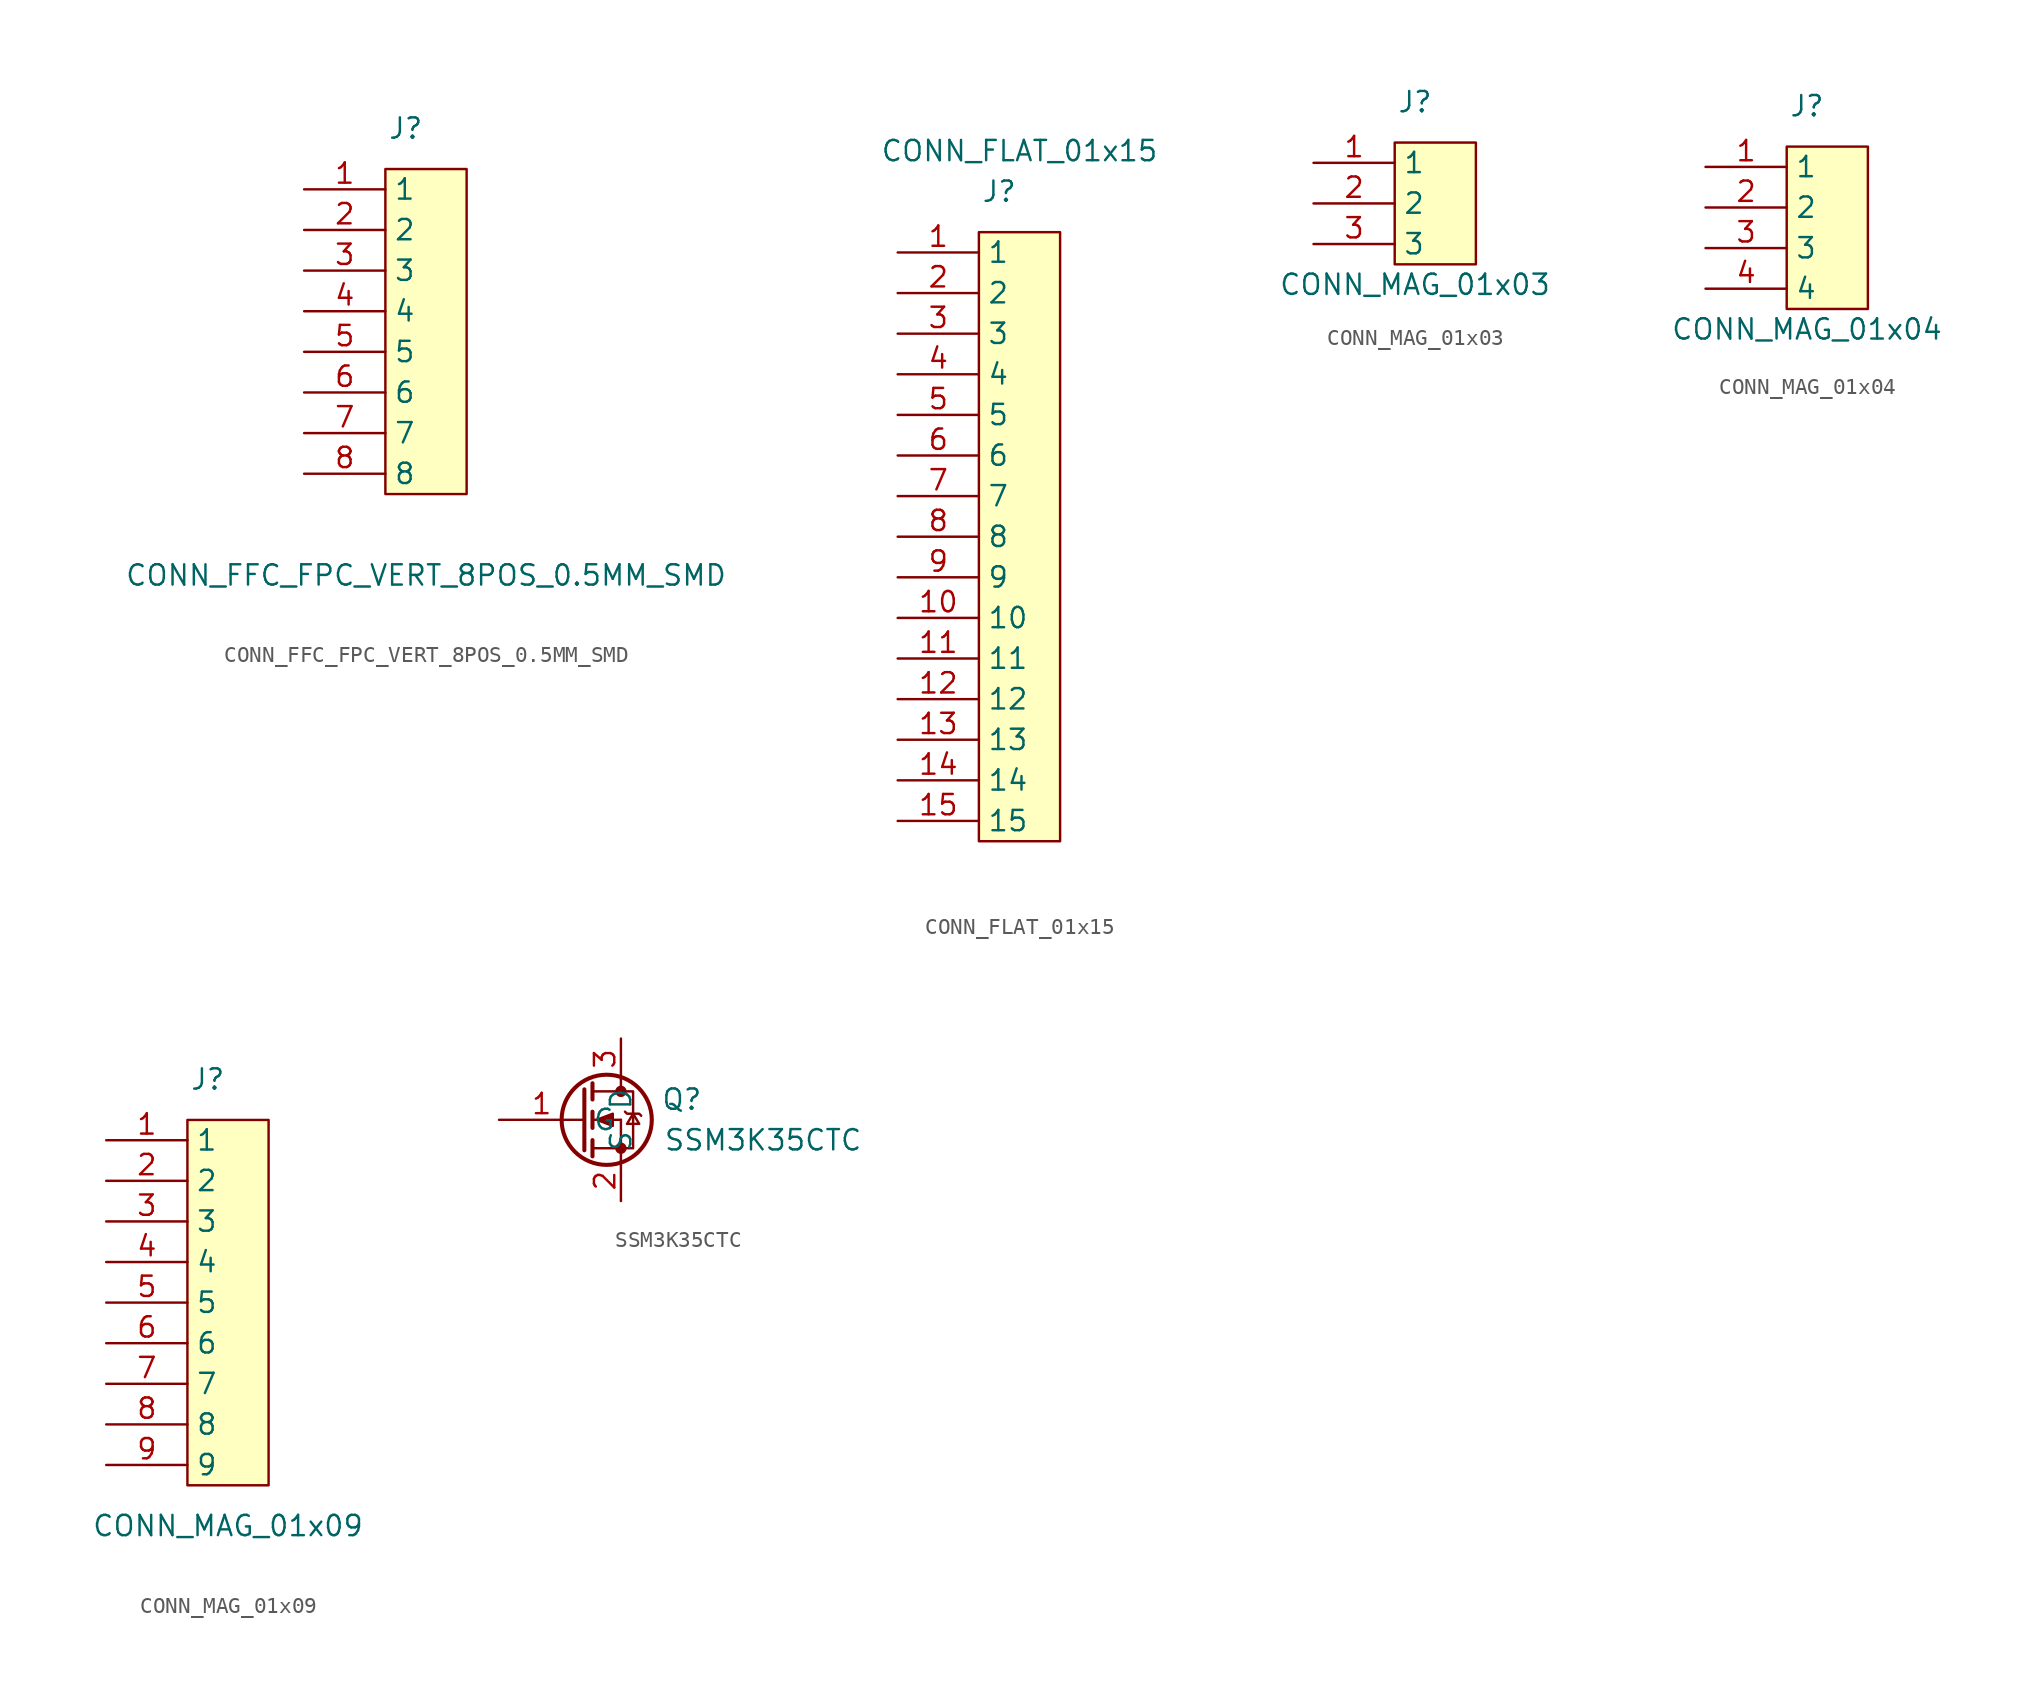
<source format=kicad_sym>
(kicad_symbol_lib
  (version 20211014)
  (generator kicad_symbol_editor)
  (symbol "CONN_FFC_FPC_VERT_8POS_0.5MM_SMD"
    (property "Reference" "J"
      (at -1.27 7.62 0)
      (effects (font (size 1.27 1.27))))
    (property "Value" "CONN_FFC_FPC_VERT_8POS_0.5MM_SMD"
      (at 0 -20.32 0)
      (effects (font (size 1.27 1.27))))
    (symbol "CONN_FFC_FPC_VERT_8POS_0.5MM_SMD_0_1"
      (rectangle (start -2.54 5.08) (end 2.54 -15.24) (stroke (width 0) (type default) (color 0 0 0 0)) (fill (type background))))
    (symbol "CONN_FFC_FPC_VERT_8POS_0.5MM_SMD_1_1"
      (pin passive line (at -7.62 3.81 0) (length 5.08) (name "1" (effects (font (size 1.27 1.27)))) (number "1" (effects (font (size 1.27 1.27)))))
      (pin passive line (at -7.62 1.27 0) (length 5.08) (name "2" (effects (font (size 1.27 1.27)))) (number "2" (effects (font (size 1.27 1.27)))))
      (pin passive line (at -7.62 -1.27 0) (length 5.08) (name "3" (effects (font (size 1.27 1.27)))) (number "3" (effects (font (size 1.27 1.27)))))
      (pin passive line (at -7.62 -3.81 0) (length 5.08) (name "4" (effects (font (size 1.27 1.27)))) (number "4" (effects (font (size 1.27 1.27)))))
      (pin passive line (at -7.62 -6.35 0) (length 5.08) (name "5" (effects (font (size 1.27 1.27)))) (number "5" (effects (font (size 1.27 1.27)))))
      (pin passive line (at -7.62 -8.89 0) (length 5.08) (name "6" (effects (font (size 1.27 1.27)))) (number "6" (effects (font (size 1.27 1.27)))))
      (pin passive line (at -7.62 -11.43 0) (length 5.08) (name "7" (effects (font (size 1.27 1.27)))) (number "7" (effects (font (size 1.27 1.27)))))
      (pin passive line (at -7.62 -13.97 0) (length 5.08) (name "8" (effects (font (size 1.27 1.27)))) (number "8" (effects (font (size 1.27 1.27)))))))
  (symbol "CONN_FLAT_01x15"
    (property "Reference" "J"
      (at -1.27 7.62 0)
      (effects (font (size 1.27 1.27))))
    (property "Value" "CONN_FLAT_01x15"
      (at 0 10.16 0)
      (effects (font (size 1.27 1.27))))
    (symbol "CONN_FLAT_01x15_0_1"
      (rectangle (start -2.54 5.08) (end 2.54 -33.02) (stroke (width 0) (type default) (color 0 0 0 0)) (fill (type background))))
    (symbol "CONN_FLAT_01x15_1_1"
      (pin passive line (at -7.62 3.81 0) (length 5.08) (name "1" (effects (font (size 1.27 1.27)))) (number "1" (effects (font (size 1.27 1.27)))))
      (pin passive line (at -7.62 -19.05 0) (length 5.08) (name "10" (effects (font (size 1.27 1.27)))) (number "10" (effects (font (size 1.27 1.27)))))
      (pin passive line (at -7.62 -21.59 0) (length 5.08) (name "11" (effects (font (size 1.27 1.27)))) (number "11" (effects (font (size 1.27 1.27)))))
      (pin passive line (at -7.62 -24.13 0) (length 5.08) (name "12" (effects (font (size 1.27 1.27)))) (number "12" (effects (font (size 1.27 1.27)))))
      (pin passive line (at -7.62 -26.67 0) (length 5.08) (name "13" (effects (font (size 1.27 1.27)))) (number "13" (effects (font (size 1.27 1.27)))))
      (pin passive line (at -7.62 -29.21 0) (length 5.08) (name "14" (effects (font (size 1.27 1.27)))) (number "14" (effects (font (size 1.27 1.27)))))
      (pin passive line (at -7.62 -31.75 0) (length 5.08) (name "15" (effects (font (size 1.27 1.27)))) (number "15" (effects (font (size 1.27 1.27)))))
      (pin passive line (at -7.62 1.27 0) (length 5.08) (name "2" (effects (font (size 1.27 1.27)))) (number "2" (effects (font (size 1.27 1.27)))))
      (pin passive line (at -7.62 -1.27 0) (length 5.08) (name "3" (effects (font (size 1.27 1.27)))) (number "3" (effects (font (size 1.27 1.27)))))
      (pin passive line (at -7.62 -3.81 0) (length 5.08) (name "4" (effects (font (size 1.27 1.27)))) (number "4" (effects (font (size 1.27 1.27)))))
      (pin passive line (at -7.62 -6.35 0) (length 5.08) (name "5" (effects (font (size 1.27 1.27)))) (number "5" (effects (font (size 1.27 1.27)))))
      (pin passive line (at -7.62 -8.89 0) (length 5.08) (name "6" (effects (font (size 1.27 1.27)))) (number "6" (effects (font (size 1.27 1.27)))))
      (pin passive line (at -7.62 -11.43 0) (length 5.08) (name "7" (effects (font (size 1.27 1.27)))) (number "7" (effects (font (size 1.27 1.27)))))
      (pin passive line (at -7.62 -13.97 0) (length 5.08) (name "8" (effects (font (size 1.27 1.27)))) (number "8" (effects (font (size 1.27 1.27)))))
      (pin passive line (at -7.62 -16.51 0) (length 5.08) (name "9" (effects (font (size 1.27 1.27)))) (number "9" (effects (font (size 1.27 1.27)))))))
  (symbol "CONN_MAG_01x03"
    (property "Reference" "J"
      (at -1.27 7.62 0)
      (effects (font (size 1.27 1.27))))
    (property "Value" "CONN_MAG_01x03"
      (at -1.27 -3.81 0)
      (effects (font (size 1.27 1.27))))
    (symbol "CONN_MAG_01x03_0_1"
      (rectangle (start -2.54 5.08) (end 2.54 -2.54) (stroke (width 0) (type default) (color 0 0 0 0)) (fill (type background))))
    (symbol "CONN_MAG_01x03_1_1"
      (pin passive line (at -7.62 3.81 0) (length 5.08) (name "1" (effects (font (size 1.27 1.27)))) (number "1" (effects (font (size 1.27 1.27)))))
      (pin passive line (at -7.62 1.27 0) (length 5.08) (name "2" (effects (font (size 1.27 1.27)))) (number "2" (effects (font (size 1.27 1.27)))))
      (pin passive line (at -7.62 -1.27 0) (length 5.08) (name "3" (effects (font (size 1.27 1.27)))) (number "3" (effects (font (size 1.27 1.27)))))))
  (symbol "CONN_MAG_01x04"
    (property "Reference" "J"
      (at -1.27 7.62 0)
      (effects (font (size 1.27 1.27))))
    (property "Value" "CONN_MAG_01x04"
      (at -1.27 -6.35 0)
      (effects (font (size 1.27 1.27))))
    (symbol "CONN_MAG_01x04_0_1"
      (rectangle (start -2.54 5.08) (end 2.54 -5.08) (stroke (width 0) (type default) (color 0 0 0 0)) (fill (type background))))
    (symbol "CONN_MAG_01x04_1_1"
      (pin passive line (at -7.62 3.81 0) (length 5.08) (name "1" (effects (font (size 1.27 1.27)))) (number "1" (effects (font (size 1.27 1.27)))))
      (pin passive line (at -7.62 1.27 0) (length 5.08) (name "2" (effects (font (size 1.27 1.27)))) (number "2" (effects (font (size 1.27 1.27)))))
      (pin passive line (at -7.62 -1.27 0) (length 5.08) (name "3" (effects (font (size 1.27 1.27)))) (number "3" (effects (font (size 1.27 1.27)))))
      (pin passive line (at -7.62 -3.81 0) (length 5.08) (name "4" (effects (font (size 1.27 1.27)))) (number "4" (effects (font (size 1.27 1.27)))))))
  (symbol "CONN_MAG_01x09"
    (property "Reference" "J"
      (at -1.27 7.62 0)
      (effects (font (size 1.27 1.27))))
    (property "Value" "CONN_MAG_01x09"
      (at 0 -20.32 0)
      (effects (font (size 1.27 1.27))))
    (symbol "CONN_MAG_01x09_0_1"
      (rectangle (start -2.54 5.08) (end 2.54 -17.78) (stroke (width 0) (type default) (color 0 0 0 0)) (fill (type background))))
    (symbol "CONN_MAG_01x09_1_1"
      (pin passive line (at -7.62 3.81 0) (length 5.08) (name "1" (effects (font (size 1.27 1.27)))) (number "1" (effects (font (size 1.27 1.27)))))
      (pin passive line (at -7.62 1.27 0) (length 5.08) (name "2" (effects (font (size 1.27 1.27)))) (number "2" (effects (font (size 1.27 1.27)))))
      (pin passive line (at -7.62 -1.27 0) (length 5.08) (name "3" (effects (font (size 1.27 1.27)))) (number "3" (effects (font (size 1.27 1.27)))))
      (pin passive line (at -7.62 -3.81 0) (length 5.08) (name "4" (effects (font (size 1.27 1.27)))) (number "4" (effects (font (size 1.27 1.27)))))
      (pin passive line (at -7.62 -6.35 0) (length 5.08) (name "5" (effects (font (size 1.27 1.27)))) (number "5" (effects (font (size 1.27 1.27)))))
      (pin passive line (at -7.62 -8.89 0) (length 5.08) (name "6" (effects (font (size 1.27 1.27)))) (number "6" (effects (font (size 1.27 1.27)))))
      (pin passive line (at -7.62 -11.43 0) (length 5.08) (name "7" (effects (font (size 1.27 1.27)))) (number "7" (effects (font (size 1.27 1.27)))))
      (pin passive line (at -7.62 -13.97 0) (length 5.08) (name "8" (effects (font (size 1.27 1.27)))) (number "8" (effects (font (size 1.27 1.27)))))
      (pin passive line (at -7.62 -16.51 0) (length 5.08) (name "9" (effects (font (size 1.27 1.27)))) (number "9" (effects (font (size 1.27 1.27)))))))
  (symbol "SSM3K35CTC"
    (property "Reference" "Q"
      (at 3.81 1.27 0)
      (effects (font (size 1.27 1.27))))
    (property "Value" "SSM3K35CTC"
      (at 8.89 -1.27 0)
      (effects (font (size 1.27 1.27))))
    (symbol "SSM3K35CTC_0_1"
      (circle (center -0.889 0) (radius 2.819) (stroke (width 0.254) (type default) (color 0 0 0 0)) (fill (type none)))
      (circle (center 0 -1.778) (radius 0.279) (stroke (width 0) (type default) (color 0 0 0 0)) (fill (type outline)))
      (polyline (pts (xy -1.778 -1.778) (xy 0 -1.778)) (stroke (width 0) (type default) (color 0 0 0 0)) (fill (type none)))
      (polyline (pts (xy -1.778 -1.27) (xy -1.778 -2.286)) (stroke (width 0.254) (type default) (color 0 0 0 0)) (fill (type none)))
      (polyline (pts (xy -1.778 0) (xy 0 0)) (stroke (width 0) (type default) (color 0 0 0 0)) (fill (type none)))
      (polyline (pts (xy -1.778 0.508) (xy -1.778 -0.508)) (stroke (width 0.254) (type default) (color 0 0 0 0)) (fill (type none)))
      (polyline (pts (xy -1.778 1.778) (xy 0 1.778)) (stroke (width 0) (type default) (color 0 0 0 0)) (fill (type none)))
      (polyline (pts (xy -1.778 2.286) (xy -1.778 1.27)) (stroke (width 0.254) (type default) (color 0 0 0 0)) (fill (type none)))
      (polyline (pts (xy 0 -1.778) (xy 0 -2.54)) (stroke (width 0) (type default) (color 0 0 0 0)) (fill (type none)))
      (polyline (pts (xy 0 -1.778) (xy 0 0)) (stroke (width 0) (type default) (color 0 0 0 0)) (fill (type none)))
      (polyline (pts (xy 0 2.54) (xy 0 1.778)) (stroke (width 0) (type default) (color 0 0 0 0)) (fill (type none)))
      (polyline (pts (xy -2.286 1.905) (xy -2.286 -1.905) (xy -2.286 -1.905)) (stroke (width 0.254) (type default) (color 0 0 0 0)) (fill (type none)))
      (polyline (pts (xy -1.524 0) (xy -0.508 0.381) (xy -0.508 -0.381) (xy -1.524 0)) (stroke (width 0) (type default) (color 0 0 0 0)) (fill (type outline)))
      (polyline (pts (xy 0 -1.778) (xy 0.762 -1.778) (xy 0.762 1.778) (xy 0 1.778)) (stroke (width 0) (type default) (color 0 0 0 0)) (fill (type none)))
      (polyline (pts (xy 0.254 0.508) (xy 0.381 0.381) (xy 1.143 0.381) (xy 1.27 0.254)) (stroke (width 0) (type default) (color 0 0 0 0)) (fill (type none)))
      (polyline (pts (xy 0.762 0.381) (xy 0.381 -0.254) (xy 1.143 -0.254) (xy 0.762 0.381)) (stroke (width 0) (type default) (color 0 0 0 0)) (fill (type none)))
      (circle (center 0 1.778) (radius 0.279) (stroke (width 0) (type default) (color 0 0 0 0)) (fill (type outline))))
    (symbol "SSM3K35CTC_1_1"
      (pin input line (at -7.62 0 0) (length 5.334) (name "G" (effects (font (size 1.27 1.27)))) (number "1" (effects (font (size 1.27 1.27)))))
      (pin passive line (at 0 -5.08 90) (length 2.54) (name "S" (effects (font (size 1.27 1.27)))) (number "2" (effects (font (size 1.27 1.27)))))
      (pin passive line (at 0 5.08 270) (length 2.54) (name "D" (effects (font (size 1.27 1.27)))) (number "3" (effects (font (size 1.27 1.27))))))))
</source>
